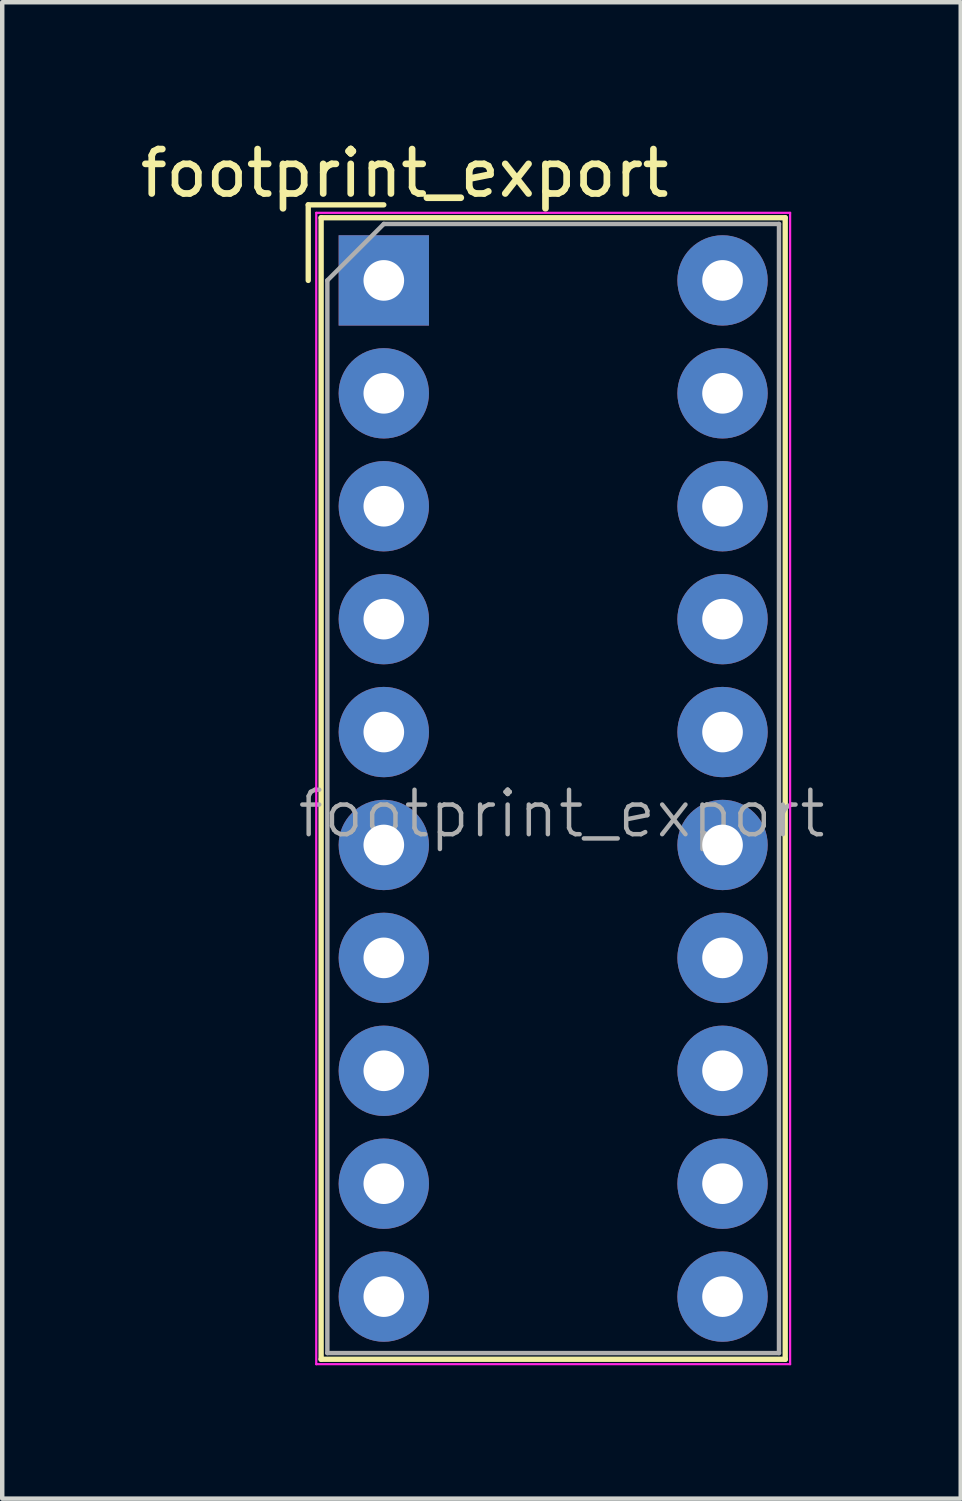
<source format=kicad_pcb>
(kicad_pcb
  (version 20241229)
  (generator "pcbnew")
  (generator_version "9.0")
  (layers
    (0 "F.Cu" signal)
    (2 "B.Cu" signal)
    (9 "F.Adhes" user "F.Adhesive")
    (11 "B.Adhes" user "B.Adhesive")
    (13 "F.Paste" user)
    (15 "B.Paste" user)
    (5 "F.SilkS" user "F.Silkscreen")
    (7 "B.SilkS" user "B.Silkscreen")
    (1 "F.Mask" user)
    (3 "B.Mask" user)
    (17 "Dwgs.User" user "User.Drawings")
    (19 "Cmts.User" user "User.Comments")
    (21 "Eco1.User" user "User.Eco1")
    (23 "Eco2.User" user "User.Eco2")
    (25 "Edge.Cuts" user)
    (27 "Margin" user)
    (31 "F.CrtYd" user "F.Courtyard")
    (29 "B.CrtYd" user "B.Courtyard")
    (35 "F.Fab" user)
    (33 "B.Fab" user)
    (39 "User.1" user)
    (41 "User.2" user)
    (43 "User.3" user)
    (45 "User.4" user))
  (footprint "footprint_export"
    (layer "F.Cu")
    (at 5.584 3.258)
    (property "Reference" "footprint_export" (at 0.47 -2.41 0) (layer "F.SilkS") (effects (font (size 1 1) (thickness 0.15))))
    (attr through_hole)
    (fp_line (start -1.7 -1.7) (end -1.7 0) (stroke (width 0.12) (type solid)) (layer "F.SilkS"))
    (fp_line (start -1.41 -1.41) (end 9.03 -1.41) (stroke (width 0.12) (type solid)) (layer "F.SilkS"))
    (fp_line (start -1.41 24.27) (end -1.41 -1.41) (stroke (width 0.12) (type solid)) (layer "F.SilkS"))
    (fp_line (start 0 -1.7) (end -1.7 -1.7) (stroke (width 0.12) (type solid)) (layer "F.SilkS"))
    (fp_line (start 9.03 -1.41) (end 9.03 24.27) (stroke (width 0.12) (type solid)) (layer "F.SilkS"))
    (fp_line (start 9.03 24.27) (end -1.41 24.27) (stroke (width 0.12) (type solid)) (layer "F.SilkS"))
    (fp_line (start -1.52 -1.52) (end -1.52 24.38) (stroke (width 0.05) (type solid)) (layer "F.CrtYd"))
    (fp_line (start -1.52 -1.52) (end 9.14 -1.52) (stroke (width 0.05) (type solid)) (layer "F.CrtYd"))
    (fp_line (start -1.52 24.38) (end 9.14 24.38) (stroke (width 0.05) (type solid)) (layer "F.CrtYd"))
    (fp_line (start 9.14 24.38) (end 9.14 -1.52) (stroke (width 0.05) (type solid)) (layer "F.CrtYd"))
    (fp_line (start -1.27 0) (end -1.27 24.13) (stroke (width 0.1) (type solid)) (layer "F.Fab"))
    (fp_line (start -1.27 24.13) (end 8.89 24.13) (stroke (width 0.1) (type solid)) (layer "F.Fab"))
    (fp_line (start 0 -1.27) (end -1.27 0) (stroke (width 0.1) (type solid)) (layer "F.Fab"))
    (fp_line (start 0 -1.27) (end 8.89 -1.27) (stroke (width 0.1) (type solid)) (layer "F.Fab"))
    (fp_line (start 8.89 -1.27) (end 8.89 24.13) (stroke (width 0.1) (type solid)) (layer "F.Fab"))
    (fp_text user "${REFERENCE}" (at 4 12 0) (layer "F.Fab") (effects (font (size 1 1) (thickness 0.1))))
    (pad "1" thru_hole rect (at 0 0 270) (size 2.032 2.032) (drill 0.914) (layers "*.Cu" "*.Mask"))
    (pad "2" thru_hole circle (at 0 2.54 270) (size 2.032 2.032) (drill 0.914) (layers "*.Cu" "*.Mask"))
    (pad "3" thru_hole circle (at 0 5.08 270) (size 2.032 2.032) (drill 0.914) (layers "*.Cu" "*.Mask"))
    (pad "4" thru_hole circle (at 0 7.62 270) (size 2.032 2.032) (drill 0.914) (layers "*.Cu" "*.Mask"))
    (pad "5" thru_hole circle (at 0 10.16 270) (size 2.032 2.032) (drill 0.914) (layers "*.Cu" "*.Mask"))
    (pad "6" thru_hole circle (at 0 12.7 270) (size 2.032 2.032) (drill 0.914) (layers "*.Cu" "*.Mask"))
    (pad "7" thru_hole circle (at 0 15.24 270) (size 2.032 2.032) (drill 0.914) (layers "*.Cu" "*.Mask"))
    (pad "8" thru_hole circle (at 0 17.78 270) (size 2.032 2.032) (drill 0.914) (layers "*.Cu" "*.Mask"))
    (pad "9" thru_hole circle (at 0 20.32 270) (size 2.032 2.032) (drill 0.914) (layers "*.Cu" "*.Mask"))
    (pad "10" thru_hole circle (at 0 22.86 270) (size 2.032 2.032) (drill 0.914) (layers "*.Cu" "*.Mask"))
    (pad "11" thru_hole circle (at 7.62 22.86 270) (size 2.032 2.032) (drill 0.914) (layers "*.Cu" "*.Mask"))
    (pad "12" thru_hole circle (at 7.62 20.32 270) (size 2.032 2.032) (drill 0.914) (layers "*.Cu" "*.Mask"))
    (pad "13" thru_hole circle (at 7.62 17.78 270) (size 2.032 2.032) (drill 0.914) (layers "*.Cu" "*.Mask"))
    (pad "14" thru_hole circle (at 7.62 15.24 270) (size 2.032 2.032) (drill 0.914) (layers "*.Cu" "*.Mask"))
    (pad "15" thru_hole circle (at 7.62 12.7 270) (size 2.032 2.032) (drill 0.914) (layers "*.Cu" "*.Mask"))
    (pad "16" thru_hole circle (at 7.62 10.16 270) (size 2.032 2.032) (drill 0.914) (layers "*.Cu" "*.Mask"))
    (pad "17" thru_hole circle (at 7.62 7.62 270) (size 2.032 2.032) (drill 0.914) (layers "*.Cu" "*.Mask"))
    (pad "18" thru_hole circle (at 7.62 5.08 270) (size 2.032 2.032) (drill 0.914) (layers "*.Cu" "*.Mask"))
    (pad "19" thru_hole circle (at 7.62 2.54 270) (size 2.032 2.032) (drill 0.914) (layers "*.Cu" "*.Mask"))
    (pad "20" thru_hole circle (at 7.62 0 270) (size 2.032 2.032) (drill 0.914) (layers "*.Cu" "*.Mask")))
  (gr_rect
    (start -3 -3)
    (end 18.562 30.663)
    (stroke (width 0.1) (type default))
    (fill no)
    (layer "Edge.Cuts")))
</source>
